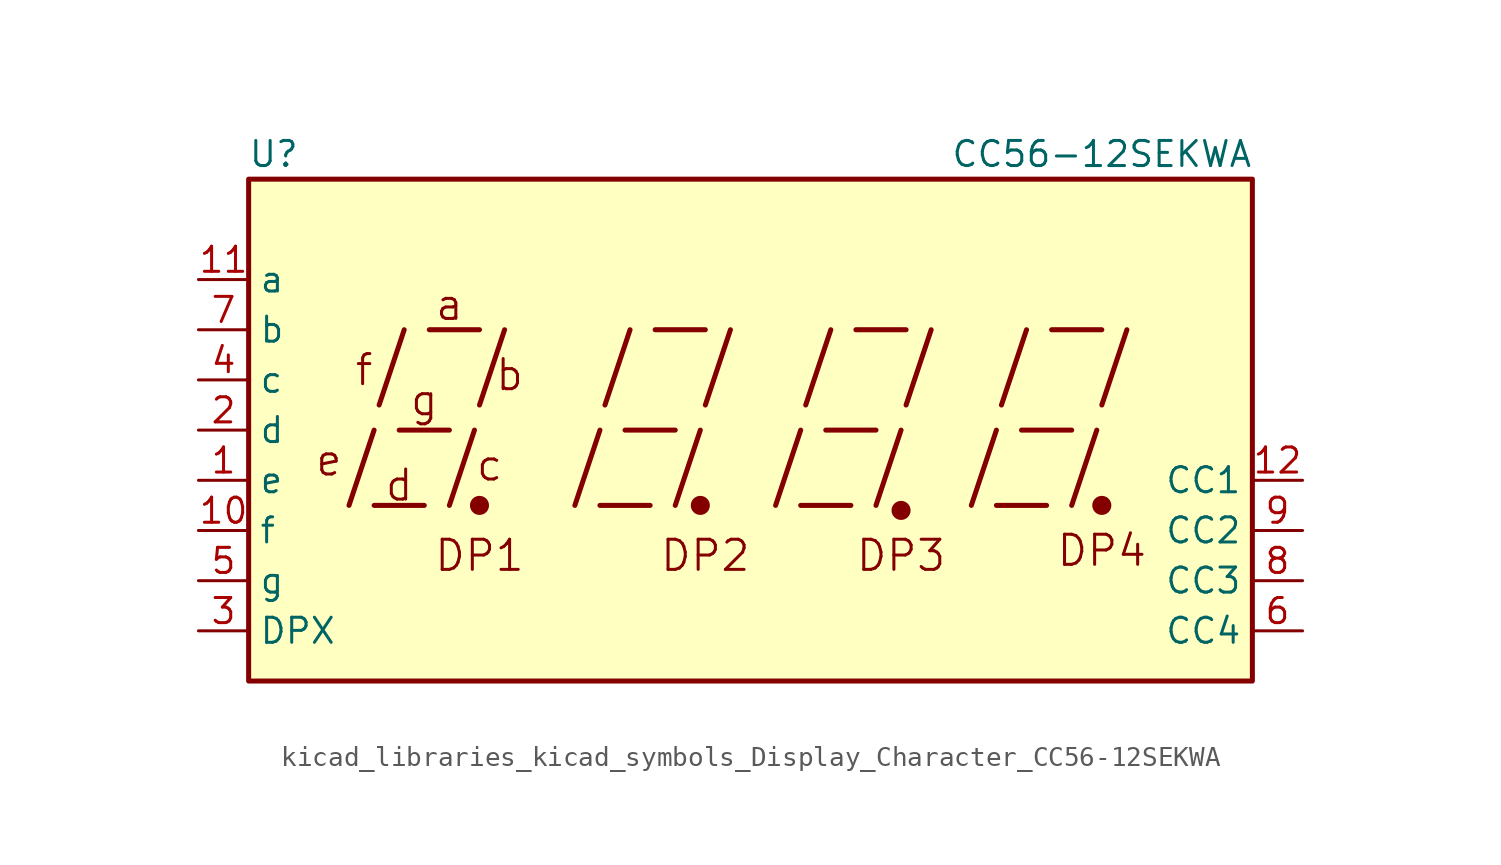
<source format=kicad_sym>
(kicad_symbol_lib
  (version 20220914)
  (generator kicad_symbol_editor)
  (symbol "kicad_libraries_kicad_symbols_Display_Character_CC56-12SEKWA"
    (property "Reference" "U"
      (at -24.13 13.97 0)
      (effects (font (size 1.27 1.27))))
    (property "Value" "CC56-12SEKWA"
      (at 17.78 13.97 0)
      (effects (font (size 1.27 1.27))))
    (symbol "kicad_libraries_kicad_symbols_Display_Character_CC56-12SEKWA_0_0"
      (rectangle (start -25.4 12.7) (end 25.4 -12.7) (stroke (width 0.254) (type default)) (fill (type background)))
      (polyline (pts (xy -20.32 -3.81) (xy -19.05 0)) (stroke (width 0.254) (type default)) (fill (type none)))
      (polyline (pts (xy -19.05 -3.81) (xy -16.51 -3.81)) (stroke (width 0.254) (type default)) (fill (type none)))
      (polyline (pts (xy -18.796 1.27) (xy -17.526 5.08)) (stroke (width 0.254) (type default)) (fill (type none)))
      (polyline (pts (xy -17.78 0) (xy -15.24 0)) (stroke (width 0.254) (type default)) (fill (type none)))
      (polyline (pts (xy -16.256 5.08) (xy -13.716 5.08)) (stroke (width 0.254) (type default)) (fill (type none)))
      (polyline (pts (xy -15.24 -3.81) (xy -13.97 0)) (stroke (width 0.254) (type default)) (fill (type none)))
      (polyline (pts (xy -13.716 1.27) (xy -12.446 5.08)) (stroke (width 0.254) (type default)) (fill (type none)))
      (polyline (pts (xy -8.89 -3.81) (xy -7.62 0)) (stroke (width 0.254) (type default)) (fill (type none)))
      (polyline (pts (xy -7.62 -3.81) (xy -5.08 -3.81)) (stroke (width 0.254) (type default)) (fill (type none)))
      (polyline (pts (xy -7.366 1.27) (xy -6.096 5.08)) (stroke (width 0.254) (type default)) (fill (type none)))
      (polyline (pts (xy -6.35 0) (xy -3.81 0)) (stroke (width 0.254) (type default)) (fill (type none)))
      (polyline (pts (xy -4.826 5.08) (xy -2.286 5.08)) (stroke (width 0.254) (type default)) (fill (type none)))
      (polyline (pts (xy -3.81 -3.81) (xy -2.54 0)) (stroke (width 0.254) (type default)) (fill (type none)))
      (polyline (pts (xy -2.286 1.27) (xy -1.016 5.08)) (stroke (width 0.254) (type default)) (fill (type none)))
      (polyline (pts (xy 1.27 -3.81) (xy 2.54 0)) (stroke (width 0.254) (type default)) (fill (type none)))
      (polyline (pts (xy 2.54 -3.81) (xy 5.08 -3.81)) (stroke (width 0.254) (type default)) (fill (type none)))
      (polyline (pts (xy 2.794 1.27) (xy 4.064 5.08)) (stroke (width 0.254) (type default)) (fill (type none)))
      (polyline (pts (xy 3.81 0) (xy 6.35 0)) (stroke (width 0.254) (type default)) (fill (type none)))
      (polyline (pts (xy 5.334 5.08) (xy 7.874 5.08)) (stroke (width 0.254) (type default)) (fill (type none)))
      (polyline (pts (xy 6.35 -3.81) (xy 7.62 0)) (stroke (width 0.254) (type default)) (fill (type none)))
      (polyline (pts (xy 7.874 1.27) (xy 9.144 5.08)) (stroke (width 0.254) (type default)) (fill (type none)))
      (polyline (pts (xy 11.176 -3.81) (xy 12.446 0)) (stroke (width 0.254) (type default)) (fill (type none)))
      (polyline (pts (xy 12.446 -3.81) (xy 14.986 -3.81)) (stroke (width 0.254) (type default)) (fill (type none)))
      (polyline (pts (xy 12.7 1.27) (xy 13.97 5.08)) (stroke (width 0.254) (type default)) (fill (type none)))
      (polyline (pts (xy 13.716 0) (xy 16.256 0)) (stroke (width 0.254) (type default)) (fill (type none)))
      (polyline (pts (xy 15.24 5.08) (xy 17.78 5.08)) (stroke (width 0.254) (type default)) (fill (type none)))
      (polyline (pts (xy 16.256 -3.81) (xy 17.526 0)) (stroke (width 0.254) (type default)) (fill (type none)))
      (polyline (pts (xy 17.78 1.27) (xy 19.05 5.08)) (stroke (width 0.254) (type default)) (fill (type none)))
      (text "a" (at -15.24 6.35 0) (effects (font (size 1.524 1.524))))
      (text "b" (at -12.192 2.794 0) (effects (font (size 1.524 1.524))))
      (text "c" (at -13.208 -1.778 0) (effects (font (size 1.524 1.524))))
      (text "d" (at -17.78 -2.794 0) (effects (font (size 1.524 1.524))))
      (text "DP1" (at -13.716 -6.35 0) (effects (font (size 1.524 1.524))))
      (text "DP2" (at -2.286 -6.35 0) (effects (font (size 1.524 1.524))))
      (text "DP3" (at 7.62 -6.35 0) (effects (font (size 1.524 1.524))))
      (text "DP4" (at 17.78 -6.096 0) (effects (font (size 1.524 1.524))))
      (text "e" (at -21.336 -1.524 0) (effects (font (size 1.524 1.524))))
      (text "f" (at -19.558 3.048 0) (effects (font (size 1.524 1.524))))
      (text "g" (at -16.51 1.524 0) (effects (font (size 1.524 1.524)))))
    (symbol "kicad_libraries_kicad_symbols_Display_Character_CC56-12SEKWA_0_1"
      (circle (center -13.716 -3.81) (radius 0.356) (stroke (width 0.254) (type default)) (fill (type outline)))
      (circle (center -2.54 -3.81) (radius 0.356) (stroke (width 0.254) (type default)) (fill (type outline))))
    (symbol "kicad_libraries_kicad_symbols_Display_Character_CC56-12SEKWA_1_0"
      (circle (center 7.62 -4.064) (radius 0.356) (stroke (width 0.254) (type default)) (fill (type outline)))
      (circle (center 17.78 -3.81) (radius 0.356) (stroke (width 0.254) (type default)) (fill (type outline))))
    (symbol "kicad_libraries_kicad_symbols_Display_Character_CC56-12SEKWA_1_1"
      (pin input line (at -27.94 -2.54 0) (length 2.54) (name "e" (effects (font (size 1.27 1.27)))) (number "1" (effects (font (size 1.27 1.27)))))
      (pin input line (at -27.94 -5.08 0) (length 2.54) (name "f" (effects (font (size 1.27 1.27)))) (number "10" (effects (font (size 1.27 1.27)))))
      (pin input line (at -27.94 7.62 0) (length 2.54) (name "a" (effects (font (size 1.27 1.27)))) (number "11" (effects (font (size 1.27 1.27)))))
      (pin input line (at 27.94 -2.54 180) (length 2.54) (name "CC1" (effects (font (size 1.27 1.27)))) (number "12" (effects (font (size 1.27 1.27)))))
      (pin input line (at -27.94 0 0) (length 2.54) (name "d" (effects (font (size 1.27 1.27)))) (number "2" (effects (font (size 1.27 1.27)))))
      (pin input line (at -27.94 -10.16 0) (length 2.54) (name "DPX" (effects (font (size 1.27 1.27)))) (number "3" (effects (font (size 1.27 1.27)))))
      (pin input line (at -27.94 2.54 0) (length 2.54) (name "c" (effects (font (size 1.27 1.27)))) (number "4" (effects (font (size 1.27 1.27)))))
      (pin input line (at -27.94 -7.62 0) (length 2.54) (name "g" (effects (font (size 1.27 1.27)))) (number "5" (effects (font (size 1.27 1.27)))))
      (pin input line (at 27.94 -10.16 180) (length 2.54) (name "CC4" (effects (font (size 1.27 1.27)))) (number "6" (effects (font (size 1.27 1.27)))))
      (pin input line (at -27.94 5.08 0) (length 2.54) (name "b" (effects (font (size 1.27 1.27)))) (number "7" (effects (font (size 1.27 1.27)))))
      (pin input line (at 27.94 -7.62 180) (length 2.54) (name "CC3" (effects (font (size 1.27 1.27)))) (number "8" (effects (font (size 1.27 1.27)))))
      (pin input line (at 27.94 -5.08 180) (length 2.54) (name "CC2" (effects (font (size 1.27 1.27)))) (number "9" (effects (font (size 1.27 1.27))))))))
</source>
